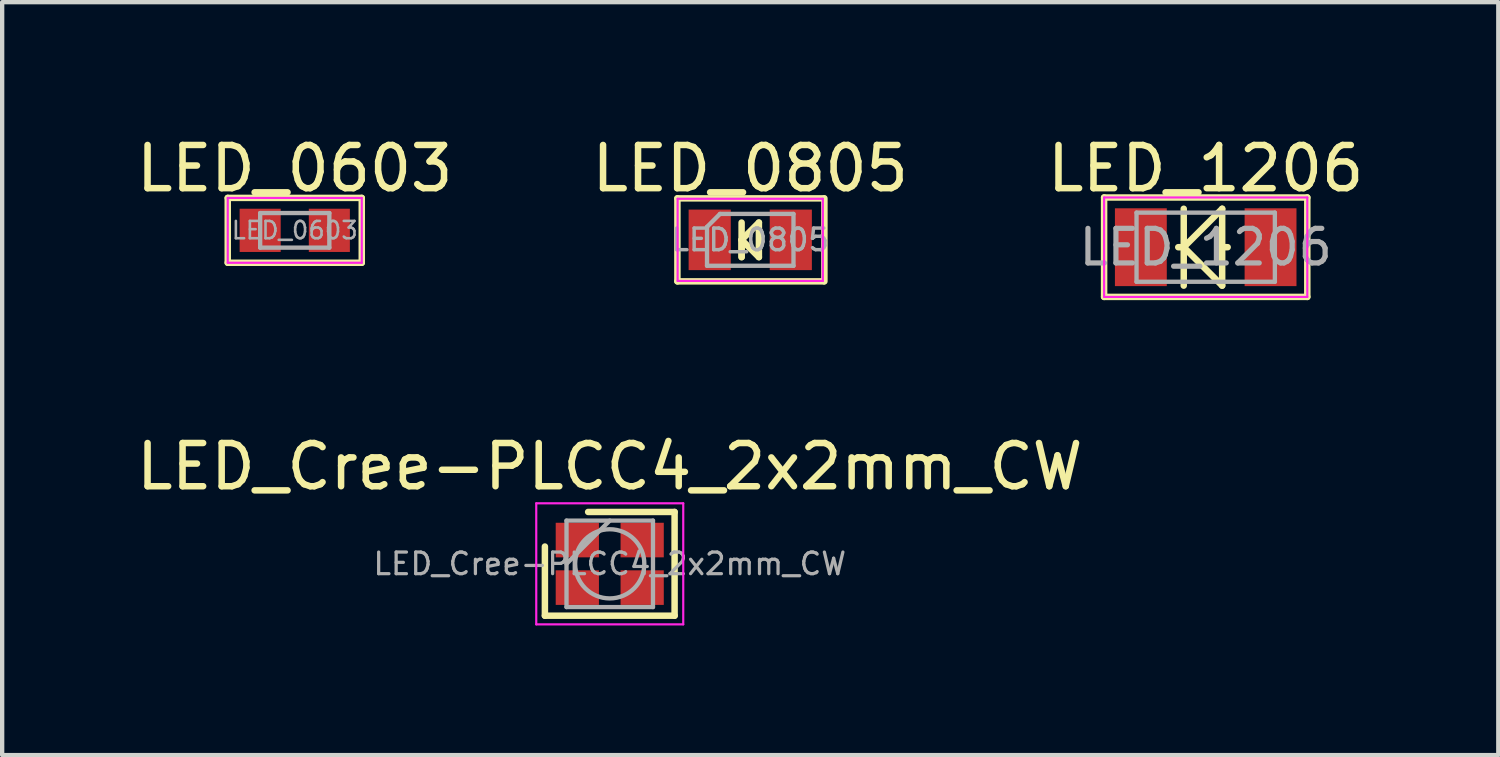
<source format=kicad_pcb>
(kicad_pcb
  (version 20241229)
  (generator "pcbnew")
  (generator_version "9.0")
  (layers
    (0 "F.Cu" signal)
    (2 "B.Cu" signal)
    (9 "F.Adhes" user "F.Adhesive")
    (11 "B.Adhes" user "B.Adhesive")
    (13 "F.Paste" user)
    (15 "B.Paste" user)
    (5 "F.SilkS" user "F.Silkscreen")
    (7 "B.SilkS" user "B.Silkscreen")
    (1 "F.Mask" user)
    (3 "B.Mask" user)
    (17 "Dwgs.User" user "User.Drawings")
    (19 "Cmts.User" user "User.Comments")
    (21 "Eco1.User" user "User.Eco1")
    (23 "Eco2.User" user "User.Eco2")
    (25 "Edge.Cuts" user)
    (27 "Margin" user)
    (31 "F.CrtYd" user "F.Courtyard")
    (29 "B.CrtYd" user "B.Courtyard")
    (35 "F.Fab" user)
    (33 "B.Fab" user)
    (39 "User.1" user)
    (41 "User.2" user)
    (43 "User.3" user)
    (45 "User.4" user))
  (footprint "LED_1206"
    (layer "F.Cu")
    (at 24.839 2.668)
    (property "Reference" "LED_1206" (at 0 -1.82 0) (layer "F.SilkS") (effects (font (size 1 1) (thickness 0.15))))
    (attr smd)
    (fp_line (start -2.35 -1.15) (end 2.35 -1.15) (stroke (width 0.15) (type solid)) (layer "F.SilkS"))
    (fp_line (start -2.35 1.15) (end -2.35 -1.15) (stroke (width 0.15) (type solid)) (layer "F.SilkS"))
    (fp_line (start -0.508 -0.889) (end -0.508 0.889) (stroke (width 0.15) (type solid)) (layer "F.SilkS"))
    (fp_line (start -0.508 0) (end -0.635 0) (stroke (width 0.15) (type solid)) (layer "F.SilkS"))
    (fp_line (start -0.508 0) (end 0.381 -0.889) (stroke (width 0.15) (type solid)) (layer "F.SilkS"))
    (fp_line (start 0.381 -0.889) (end 0.381 0.889) (stroke (width 0.15) (type solid)) (layer "F.SilkS"))
    (fp_line (start 0.381 0) (end 0.508 0) (stroke (width 0.15) (type solid)) (layer "F.SilkS"))
    (fp_line (start 0.381 0.889) (end -0.508 0) (stroke (width 0.15) (type solid)) (layer "F.SilkS"))
    (fp_line (start 2.35 -1.15) (end 2.35 1.15) (stroke (width 0.15) (type solid)) (layer "F.SilkS"))
    (fp_line (start 2.35 1.15) (end -2.35 1.15) (stroke (width 0.15) (type solid)) (layer "F.SilkS"))
    (fp_line (start -2.35 -1.15) (end 2.35 -1.15) (stroke (width 0.05) (type solid)) (layer "F.CrtYd"))
    (fp_line (start -2.35 1.15) (end -2.35 -1.15) (stroke (width 0.05) (type solid)) (layer "F.CrtYd"))
    (fp_line (start 2.35 -1.15) (end 2.35 1.15) (stroke (width 0.05) (type solid)) (layer "F.CrtYd"))
    (fp_line (start 2.35 1.15) (end -2.35 1.15) (stroke (width 0.05) (type solid)) (layer "F.CrtYd"))
    (fp_line (start -1.6 -0.8) (end 1.6 -0.8) (stroke (width 0.1) (type solid)) (layer "F.Fab"))
    (fp_line (start -1.6 0.8) (end -1.6 -0.8) (stroke (width 0.1) (type solid)) (layer "F.Fab"))
    (fp_line (start 1.6 -0.8) (end 1.6 0.8) (stroke (width 0.1) (type solid)) (layer "F.Fab"))
    (fp_line (start 1.6 0.8) (end -1.6 0.8) (stroke (width 0.1) (type solid)) (layer "F.Fab"))
    (fp_text user "${REFERENCE}" (at 0 0 0) (layer "F.Fab") (effects (font (size 0.8 0.8) (thickness 0.12))))
    (pad "1" smd rect (at -1.5 0) (size 1.2 1.8) (layers "F.Cu" "F.Mask" "F.Paste"))
    (pad "2" smd rect (at 1.5 0) (size 1.2 1.8) (layers "F.Cu" "F.Mask" "F.Paste")))
  (footprint "LED_0805"
    (layer "F.Cu")
    (at 14.304 2.498)
    (property "Reference" "LED_0805" (at 0 -1.65 0) (layer "F.SilkS") (effects (font (size 1 1) (thickness 0.15))))
    (attr smd)
    (fp_line (start -1.685 -0.96) (end -1.685 0.96) (stroke (width 0.15) (type solid)) (layer "F.SilkS"))
    (fp_line (start -1.685 0.96) (end 1.7 0.96) (stroke (width 0.15) (type solid)) (layer "F.SilkS"))
    (fp_line (start -0.2 -0.4) (end -0.2 0.4) (stroke (width 0.15) (type solid)) (layer "F.SilkS"))
    (fp_line (start -0.2 0) (end 0.2 -0.4) (stroke (width 0.15) (type solid)) (layer "F.SilkS"))
    (fp_line (start -0.2 0.4) (end -0.2 0) (stroke (width 0.15) (type solid)) (layer "F.SilkS"))
    (fp_line (start 0.2 -0.4) (end 0.2 0.4) (stroke (width 0.15) (type solid)) (layer "F.SilkS"))
    (fp_line (start 0.2 0.4) (end -0.2 0) (stroke (width 0.15) (type solid)) (layer "F.SilkS"))
    (fp_line (start 1.7 -0.96) (end -1.685 -0.96) (stroke (width 0.15) (type solid)) (layer "F.SilkS"))
    (fp_line (start 1.715 -0.96) (end 1.715 0.96) (stroke (width 0.15) (type solid)) (layer "F.SilkS"))
    (fp_line (start -1.68 -0.95) (end 1.68 -0.95) (stroke (width 0.05) (type solid)) (layer "F.CrtYd"))
    (fp_line (start -1.68 0.95) (end -1.68 -0.95) (stroke (width 0.05) (type solid)) (layer "F.CrtYd"))
    (fp_line (start 1.68 -0.95) (end 1.68 0.95) (stroke (width 0.05) (type solid)) (layer "F.CrtYd"))
    (fp_line (start 1.68 0.95) (end -1.68 0.95) (stroke (width 0.05) (type solid)) (layer "F.CrtYd"))
    (fp_line (start -1 -0.3) (end -1 0.6) (stroke (width 0.1) (type solid)) (layer "F.Fab"))
    (fp_line (start -1 0.6) (end 1 0.6) (stroke (width 0.1) (type solid)) (layer "F.Fab"))
    (fp_line (start -0.7 -0.6) (end -1 -0.3) (stroke (width 0.1) (type solid)) (layer "F.Fab"))
    (fp_line (start 1 -0.6) (end -0.7 -0.6) (stroke (width 0.1) (type solid)) (layer "F.Fab"))
    (fp_line (start 1 0.6) (end 1 -0.6) (stroke (width 0.1) (type solid)) (layer "F.Fab"))
    (fp_text user "${REFERENCE}" (at 0 0 0) (layer "F.Fab") (effects (font (size 0.5 0.5) (thickness 0.08))))
    (pad "1" smd rect (at -0.938 0) (size 0.975 1.4) (layers "F.Cu" "F.Mask" "F.Paste"))
    (pad "2" smd rect (at 0.938 0) (size 0.975 1.4) (layers "F.Cu" "F.Mask" "F.Paste")))
  (footprint "LED_Cree-PLCC4_2x2mm_CW"
    (layer "F.Cu")
    (at 11.054 9.992)
    (property "Reference" "LED_Cree-PLCC4_2x2mm_CW" (at 0 -2.25 0) (layer "F.SilkS") (effects (font (size 1 1) (thickness 0.15))))
    (attr smd)
    (fp_line (start -1.5 1.2) (end -1.5 -0.4) (stroke (width 0.15) (type solid)) (layer "F.SilkS"))
    (fp_line (start -1.5 1.2) (end 1.5 1.2) (stroke (width 0.15) (type solid)) (layer "F.SilkS"))
    (fp_line (start -0.5 -1.2) (end 1.5 -1.2) (stroke (width 0.15) (type solid)) (layer "F.SilkS"))
    (fp_line (start 1.5 1.2) (end 1.5 -1.2) (stroke (width 0.15) (type solid)) (layer "F.SilkS"))
    (fp_line (start -1.7 -1.4) (end -1.7 1.4) (stroke (width 0.05) (type solid)) (layer "F.CrtYd"))
    (fp_line (start -1.7 1.4) (end 1.7 1.4) (stroke (width 0.05) (type solid)) (layer "F.CrtYd"))
    (fp_line (start 1.7 -1.4) (end -1.7 -1.4) (stroke (width 0.05) (type solid)) (layer "F.CrtYd"))
    (fp_line (start 1.7 1.4) (end 1.7 -1.4) (stroke (width 0.05) (type solid)) (layer "F.CrtYd"))
    (fp_line (start -1 -1) (end -1 1) (stroke (width 0.1) (type solid)) (layer "F.Fab"))
    (fp_line (start -1 1) (end 1 1) (stroke (width 0.1) (type solid)) (layer "F.Fab"))
    (fp_line (start 0 -1) (end -1 0) (stroke (width 0.1) (type solid)) (layer "F.Fab"))
    (fp_line (start 1 -1) (end -1 -1) (stroke (width 0.1) (type solid)) (layer "F.Fab"))
    (fp_line (start 1 1) (end 1 -1) (stroke (width 0.1) (type solid)) (layer "F.Fab"))
    (fp_circle (center 0 0) (end 0.8 0) (stroke (width 0.1) (type solid)) (fill no) (layer "F.Fab"))
    (fp_text user "${REFERENCE}" (at 0 0 0) (layer "F.Fab") (effects (font (size 0.5 0.5) (thickness 0.075))))
    (pad "1" smd rect (at -0.75 -0.55) (size 1 0.8) (layers "F.Cu" "F.Mask" "F.Paste"))
    (pad "2" smd rect (at 0.75 -0.55) (size 1 0.8) (layers "F.Cu" "F.Mask" "F.Paste"))
    (pad "3" smd rect (at 0.75 0.55) (size 1 0.8) (layers "F.Cu" "F.Mask" "F.Paste"))
    (pad "4" smd rect (at -0.75 0.55) (size 1 0.8) (layers "F.Cu" "F.Mask" "F.Paste")))
  (footprint "LED_0603"
    (layer "F.Cu")
    (at 3.768 2.278)
    (property "Reference" "LED_0603" (at 0 -1.43 0) (layer "F.SilkS") (effects (font (size 1 1) (thickness 0.15))))
    (attr smd)
    (fp_line (start -1.55 -0.75) (end 1.55 -0.75) (stroke (width 0.15) (type solid)) (layer "F.SilkS"))
    (fp_line (start -1.55 0.75) (end -1.55 -0.75) (stroke (width 0.15) (type solid)) (layer "F.SilkS"))
    (fp_line (start 1.55 -0.75) (end 1.55 0.75) (stroke (width 0.15) (type solid)) (layer "F.SilkS"))
    (fp_line (start 1.55 0.75) (end -1.55 0.75) (stroke (width 0.15) (type solid)) (layer "F.SilkS"))
    (fp_line (start -1.55 -0.75) (end 1.55 -0.75) (stroke (width 0.05) (type solid)) (layer "F.CrtYd"))
    (fp_line (start -1.55 0.75) (end -1.55 -0.75) (stroke (width 0.05) (type solid)) (layer "F.CrtYd"))
    (fp_line (start 1.55 -0.75) (end 1.55 0.75) (stroke (width 0.05) (type solid)) (layer "F.CrtYd"))
    (fp_line (start 1.55 0.75) (end -1.55 0.75) (stroke (width 0.05) (type solid)) (layer "F.CrtYd"))
    (fp_line (start -0.8 -0.4) (end 0.8 -0.4) (stroke (width 0.1) (type solid)) (layer "F.Fab"))
    (fp_line (start -0.8 0.4) (end -0.8 -0.4) (stroke (width 0.1) (type solid)) (layer "F.Fab"))
    (fp_line (start 0.8 -0.4) (end 0.8 0.4) (stroke (width 0.1) (type solid)) (layer "F.Fab"))
    (fp_line (start 0.8 0.4) (end -0.8 0.4) (stroke (width 0.1) (type solid)) (layer "F.Fab"))
    (fp_text user "${REFERENCE}" (at 0 0 0) (layer "F.Fab") (effects (font (size 0.4 0.4) (thickness 0.06))))
    (pad "1" smd rect (at -0.8 0) (size 0.95 1) (layers "F.Cu" "F.Mask" "F.Paste"))
    (pad "2" smd rect (at 0.8 0) (size 0.95 1) (layers "F.Cu" "F.Mask" "F.Paste")))
  (gr_rect
    (start -3 -3)
    (end 31.607 14.416)
    (stroke (width 0.1) (type default))
    (fill no)
    (layer "Edge.Cuts")))
</source>
